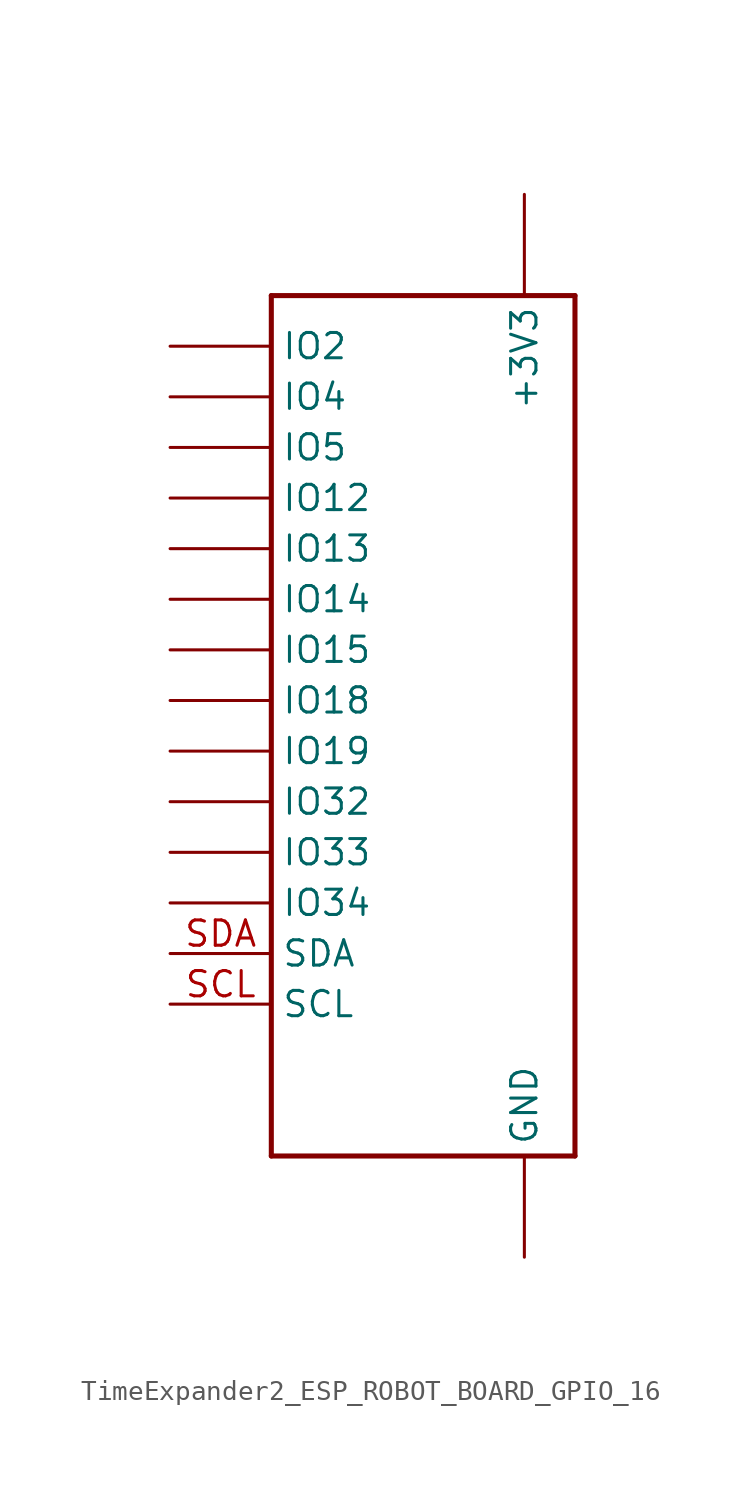
<source format=kicad_sym>
(kicad_symbol_lib
  (version 20231120)
  (generator "kicad_symbol_editor")
  (generator_version "8.0")
  (symbol "TimeExpander2_ESP_ROBOT_BOARD_GPIO_16"
    (property "Reference" ""
      (at 10.16 5.08 0)
      (effects (font (size 1.27 1.079)) (justify left bottom) (hide yes)))
    (property "ki_locked" ""
      (at 0 0 0)
      (effects (font (size 1.27 1.27))))
    (symbol "TimeExpander2_ESP_ROBOT_BOARD_GPIO_16_1_0"
      (polyline (pts (xy -5.08 -40.64) (xy 10.16 -40.64)) (stroke (width 0.254) (type solid)) (fill (type none)))
      (polyline (pts (xy -5.08 2.54) (xy -5.08 -40.64)) (stroke (width 0.254) (type solid)) (fill (type none)))
      (polyline (pts (xy 10.16 -40.64) (xy 10.16 2.54)) (stroke (width 0.254) (type solid)) (fill (type none)))
      (polyline (pts (xy 10.16 2.54) (xy -5.08 2.54)) (stroke (width 0.254) (type solid)) (fill (type none)))
      (pin bidirectional line (at 7.62 7.62 270) (length 5.08) (name "+3V3" (effects (font (size 1.27 1.27)))) (number "+3V3" (effects (font (size 0 0)))))
      (pin bidirectional line (at 7.62 -45.72 90) (length 5.08) (name "GND" (effects (font (size 1.27 1.27)))) (number "GND" (effects (font (size 0 0)))))
      (pin bidirectional line (at -10.16 -7.62 0) (length 5.08) (name "IO12" (effects (font (size 1.27 1.27)))) (number "IO12" (effects (font (size 0 0)))))
      (pin bidirectional line (at -10.16 -10.16 0) (length 5.08) (name "IO13" (effects (font (size 1.27 1.27)))) (number "IO13" (effects (font (size 0 0)))))
      (pin bidirectional line (at -10.16 -12.7 0) (length 5.08) (name "IO14" (effects (font (size 1.27 1.27)))) (number "IO14" (effects (font (size 0 0)))))
      (pin bidirectional line (at -10.16 -15.24 0) (length 5.08) (name "IO15" (effects (font (size 1.27 1.27)))) (number "IO15" (effects (font (size 0 0)))))
      (pin bidirectional line (at -10.16 -17.78 0) (length 5.08) (name "IO18" (effects (font (size 1.27 1.27)))) (number "IO18" (effects (font (size 0 0)))))
      (pin bidirectional line (at -10.16 -20.32 0) (length 5.08) (name "IO19" (effects (font (size 1.27 1.27)))) (number "IO19" (effects (font (size 0 0)))))
      (pin bidirectional line (at -10.16 0 0) (length 5.08) (name "IO2" (effects (font (size 1.27 1.27)))) (number "IO2" (effects (font (size 0 0)))))
      (pin bidirectional line (at -10.16 -22.86 0) (length 5.08) (name "IO32" (effects (font (size 1.27 1.27)))) (number "IO32" (effects (font (size 0 0)))))
      (pin bidirectional line (at -10.16 -25.4 0) (length 5.08) (name "IO33" (effects (font (size 1.27 1.27)))) (number "IO33" (effects (font (size 0 0)))))
      (pin bidirectional line (at -10.16 -27.94 0) (length 5.08) (name "IO34" (effects (font (size 1.27 1.27)))) (number "IO34" (effects (font (size 0 0)))))
      (pin bidirectional line (at -10.16 -2.54 0) (length 5.08) (name "IO4" (effects (font (size 1.27 1.27)))) (number "IO4" (effects (font (size 0 0)))))
      (pin bidirectional line (at -10.16 -5.08 0) (length 5.08) (name "IO5" (effects (font (size 1.27 1.27)))) (number "IO5" (effects (font (size 0 0)))))
      (pin bidirectional line (at -10.16 -33.02 0) (length 5.08) (name "SCL" (effects (font (size 1.27 1.27)))) (number "SCL" (effects (font (size 1.27 1.27)))))
      (pin bidirectional line (at -10.16 -30.48 0) (length 5.08) (name "SDA" (effects (font (size 1.27 1.27)))) (number "SDA" (effects (font (size 1.27 1.27))))))))
</source>
